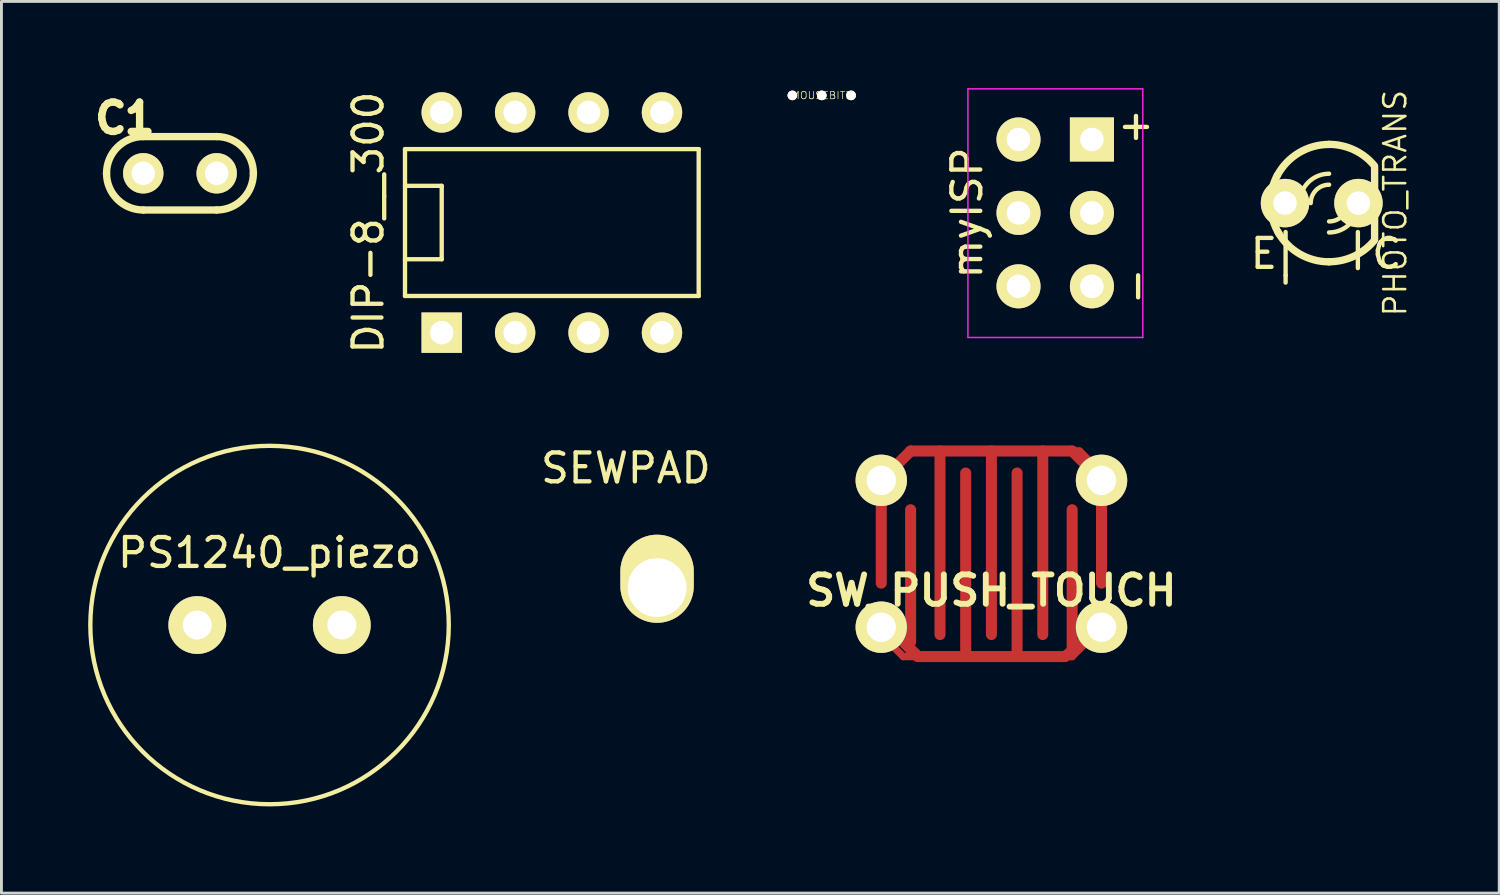
<source format=kicad_pcb>
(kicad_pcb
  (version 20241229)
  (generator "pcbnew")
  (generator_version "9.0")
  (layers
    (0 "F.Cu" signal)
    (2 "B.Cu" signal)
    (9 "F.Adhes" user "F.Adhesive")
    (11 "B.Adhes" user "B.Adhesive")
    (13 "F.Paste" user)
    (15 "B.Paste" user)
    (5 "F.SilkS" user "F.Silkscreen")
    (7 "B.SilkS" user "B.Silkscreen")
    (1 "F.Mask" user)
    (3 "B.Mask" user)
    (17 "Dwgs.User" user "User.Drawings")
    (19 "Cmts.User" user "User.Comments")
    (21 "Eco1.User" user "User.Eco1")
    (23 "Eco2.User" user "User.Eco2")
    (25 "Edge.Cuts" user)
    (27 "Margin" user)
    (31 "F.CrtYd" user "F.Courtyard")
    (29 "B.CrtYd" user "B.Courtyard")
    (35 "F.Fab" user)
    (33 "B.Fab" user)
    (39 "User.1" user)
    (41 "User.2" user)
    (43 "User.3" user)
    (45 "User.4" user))
  (footprint "MOUSEBITE"
    (layer "F.Cu")
    (at 25.378 0.25)
    (property "Reference" "MOUSEBITE" (at 0 0 0) (layer "F.SilkS") (effects (font (size 0.254 0.254) (thickness 0.025))))
    (attr through_hole)
    (pad "1" thru_hole circle (at -1.016 0) (size 0.33 0.33) (drill 0.33) (layers "*.Cu" "*.Mask" "F.SilkS"))
    (pad "1" thru_hole circle (at 0 0) (size 0.33 0.33) (drill 0.33) (layers "*.Cu" "*.Mask" "F.SilkS"))
    (pad "1" thru_hole circle (at 1.016 0) (size 0.33 0.33) (drill 0.33) (layers "*.Cu" "*.Mask" "F.SilkS")))
  (footprint "SW_PUSH_TOUCH"
    (layer "F.Cu")
    (at 31.247 16.108)
    (property "Reference" "SW_PUSH_TOUCH" (at 0 1.27 0) (layer "F.SilkS") (effects (font (size 1.016 1.016) (thickness 0.203))))
    (attr through_hole)
    (fp_line (start -3.81 -2.032) (end -3.81 1.016) (stroke (width 0.381) (type solid)) (layer "F.Cu"))
    (fp_line (start -3.556 2.54) (end -2.794 3.302) (stroke (width 0.381) (type solid)) (layer "F.Cu"))
    (fp_line (start -3.556 3.048) (end -3.048 3.556) (stroke (width 0.254) (type solid)) (layer "F.Cu"))
    (fp_line (start -3.302 -3.048) (end -2.794 -3.556) (stroke (width 0.254) (type solid)) (layer "F.Cu"))
    (fp_line (start -3.048 3.556) (end 2.794 3.556) (stroke (width 0.254) (type solid)) (layer "F.Cu"))
    (fp_line (start -2.794 -3.556) (end -3.81 -2.54) (stroke (width 0.381) (type solid)) (layer "F.Cu"))
    (fp_line (start -2.794 -3.556) (end 3.048 -3.556) (stroke (width 0.254) (type solid)) (layer "F.Cu"))
    (fp_line (start -2.794 3.048) (end -2.794 -1.524) (stroke (width 0.381) (type solid)) (layer "F.Cu"))
    (fp_line (start -2.794 3.302) (end -2.54 3.556) (stroke (width 0.381) (type solid)) (layer "F.Cu"))
    (fp_line (start -2.54 3.556) (end 2.54 3.556) (stroke (width 0.381) (type solid)) (layer "F.Cu"))
    (fp_line (start -1.778 -3.556) (end -1.778 2.794) (stroke (width 0.381) (type solid)) (layer "F.Cu"))
    (fp_line (start -0.889 3.429) (end -0.889 -2.794) (stroke (width 0.381) (type solid)) (layer "F.Cu"))
    (fp_line (start 0 -3.556) (end 0 2.794) (stroke (width 0.381) (type solid)) (layer "F.Cu"))
    (fp_line (start 0.889 3.429) (end 0.889 -2.794) (stroke (width 0.381) (type solid)) (layer "F.Cu"))
    (fp_line (start 1.778 -3.556) (end 1.778 2.794) (stroke (width 0.381) (type solid)) (layer "F.Cu"))
    (fp_line (start 2.54 3.556) (end 3.81 2.54) (stroke (width 0.381) (type solid)) (layer "F.Cu"))
    (fp_line (start 2.794 -3.556) (end -2.794 -3.556) (stroke (width 0.381) (type solid)) (layer "F.Cu"))
    (fp_line (start 2.794 3.302) (end 2.794 -1.524) (stroke (width 0.381) (type solid)) (layer "F.Cu"))
    (fp_line (start 2.794 3.556) (end 3.302 3.048) (stroke (width 0.254) (type solid)) (layer "F.Cu"))
    (fp_line (start 3.048 -3.556) (end 3.556 -3.048) (stroke (width 0.254) (type solid)) (layer "F.Cu"))
    (fp_line (start 3.81 -2.54) (end 2.794 -3.556) (stroke (width 0.381) (type solid)) (layer "F.Cu"))
    (fp_line (start 3.81 -1.778) (end 3.81 1.016) (stroke (width 0.381) (type solid)) (layer "F.Cu"))
    (pad "" smd circle (at 0 0) (size 7.62 7.62) (layers "F.Mask" "F.Paste"))
    (pad "1" thru_hole circle (at -3.81 -2.54) (size 1.778 1.778) (drill 1.016) (layers "*.Cu" "*.Mask" "F.SilkS"))
    (pad "1" thru_hole circle (at 3.81 -2.54) (size 1.778 1.778) (drill 1.016) (layers "*.Cu" "*.Mask" "F.SilkS"))
    (pad "2" thru_hole circle (at -3.81 2.54) (size 1.778 1.778) (drill 1.016) (layers "*.Cu" "*.Mask" "F.SilkS"))
    (pad "2" thru_hole circle (at 3.81 2.54) (size 1.778 1.778) (drill 1.016) (layers "*.Cu" "*.Mask" "F.SilkS")))
  (footprint "PS1240_piezo"
    (layer "F.Cu")
    (at 6.275 18.573)
    (property "Reference" "PS1240_piezo" (at 0 -2.5 0) (layer "F.SilkS") (effects (font (size 1 1) (thickness 0.15))))
    (attr through_hole)
    (fp_circle (center 0 0) (end 6.2 0) (stroke (width 0.15) (type solid)) (fill no) (layer "F.SilkS"))
    (pad "1" thru_hole circle (at -2.5 0) (size 2 2) (drill 1.001) (layers "*.Cu" "*.Mask" "F.SilkS"))
    (pad "2" thru_hole circle (at 2.5 0) (size 2 2) (drill 1.001) (layers "*.Cu" "*.Mask" "F.SilkS")))
  (footprint "C1"
    (layer "F.Cu")
    (at 3.176 2.945)
    (property "Reference" "C1" (at -1.905 -1.905 0) (layer "F.SilkS") (effects (font (size 1.016 1.016) (thickness 0.254))))
    (attr through_hole)
    (fp_line (start -1.27 -1.27) (end 1.27 -1.27) (stroke (width 0.254) (type solid)) (layer "F.SilkS"))
    (fp_line (start -1.27 1.27) (end 1.27 1.27) (stroke (width 0.254) (type solid)) (layer "F.SilkS"))
    (fp_arc (start -2.54 0) (mid -2.168026 -0.898026) (end -1.27 -1.27) (stroke (width 0.254) (type solid)) (layer "F.SilkS"))
    (fp_arc (start -1.27 1.27) (mid -2.168026 0.898026) (end -2.54 0) (stroke (width 0.254) (type solid)) (layer "F.SilkS"))
    (fp_arc (start 1.27 -1.27) (mid 2.168026 -0.898026) (end 2.54 0) (stroke (width 0.254) (type solid)) (layer "F.SilkS"))
    (fp_arc (start 2.54 0) (mid 2.168026 0.898026) (end 1.27 1.27) (stroke (width 0.254) (type solid)) (layer "F.SilkS"))
    (pad "1" thru_hole circle (at -1.27 0) (size 1.397 1.397) (drill 0.813) (layers "*.Cu" "*.Mask" "F.SilkS"))
    (pad "2" thru_hole circle (at 1.27 0) (size 1.397 1.397) (drill 0.813) (layers "*.Cu" "*.Mask" "F.SilkS")))
  (footprint "myISP"
    (layer "F.Cu")
    (at 32.185 1.775)
    (property "Reference" "myISP" (at -1.778 2.54 90) (layer "F.SilkS") (effects (font (size 1 1) (thickness 0.15))))
    (attr through_hole)
    (fp_line (start -1.75 -1.75) (end -1.75 6.85) (stroke (width 0.05) (type solid)) (layer "F.CrtYd"))
    (fp_line (start -1.75 -1.75) (end 4.3 -1.75) (stroke (width 0.05) (type solid)) (layer "F.CrtYd"))
    (fp_line (start -1.75 6.85) (end 4.3 6.85) (stroke (width 0.05) (type solid)) (layer "F.CrtYd"))
    (fp_line (start 4.3 -1.75) (end 4.3 6.85) (stroke (width 0.05) (type solid)) (layer "F.CrtYd"))
    (fp_text user "-" (at 4.064 5.08 90) (layer "F.SilkS") (effects (font (size 1 1) (thickness 0.15))))
    (fp_text user "+" (at 4.064 -0.508 0) (layer "F.SilkS") (effects (font (size 1 1) (thickness 0.15))))
    (pad "1" thru_hole circle (at 0 0) (size 1.524 1.524) (drill 0.813) (layers "*.Cu" "*.Mask" "F.SilkS"))
    (pad "2" thru_hole rect (at 2.54 0) (size 1.524 1.524) (drill 0.813) (layers "*.Cu" "*.Mask" "F.SilkS"))
    (pad "3" thru_hole circle (at 0 2.54) (size 1.524 1.524) (drill 0.813) (layers "*.Cu" "*.Mask" "F.SilkS"))
    (pad "4" thru_hole circle (at 2.54 2.54) (size 1.524 1.524) (drill 0.813) (layers "*.Cu" "*.Mask" "F.SilkS"))
    (pad "5" thru_hole circle (at 0 5.08) (size 1.524 1.524) (drill 0.813) (layers "*.Cu" "*.Mask" "F.SilkS"))
    (pad "6" thru_hole oval (at 2.54 5.08) (size 1.524 1.524) (drill 0.813) (layers "*.Cu" "*.Mask" "F.SilkS")))
  (footprint "DIP-8__300"
    (layer "F.Cu")
    (at 16.041 4.649)
    (property "Reference" "DIP-8__300" (at -6.35 0 90) (layer "F.SilkS") (effects (font (size 1 1) (thickness 0.15))))
    (attr through_hole)
    (fp_line (start -5.08 -2.54) (end 5.08 -2.54) (stroke (width 0.15) (type solid)) (layer "F.SilkS"))
    (fp_line (start -5.08 -1.27) (end -3.81 -1.27) (stroke (width 0.15) (type solid)) (layer "F.SilkS"))
    (fp_line (start -5.08 2.54) (end -5.08 -2.54) (stroke (width 0.15) (type solid)) (layer "F.SilkS"))
    (fp_line (start -3.81 -1.27) (end -3.81 1.27) (stroke (width 0.15) (type solid)) (layer "F.SilkS"))
    (fp_line (start -3.81 1.27) (end -5.08 1.27) (stroke (width 0.15) (type solid)) (layer "F.SilkS"))
    (fp_line (start 5.08 -2.54) (end 5.08 2.54) (stroke (width 0.15) (type solid)) (layer "F.SilkS"))
    (fp_line (start 5.08 2.54) (end -5.08 2.54) (stroke (width 0.15) (type solid)) (layer "F.SilkS"))
    (pad "1" thru_hole rect (at -3.81 3.81) (size 1.397 1.397) (drill 0.813) (layers "*.Cu" "*.Mask" "F.SilkS"))
    (pad "2" thru_hole circle (at -1.27 3.81) (size 1.397 1.397) (drill 0.813) (layers "*.Cu" "*.Mask" "F.SilkS"))
    (pad "3" thru_hole circle (at 1.27 3.81) (size 1.397 1.397) (drill 0.813) (layers "*.Cu" "*.Mask" "F.SilkS"))
    (pad "4" thru_hole circle (at 3.81 3.81) (size 1.397 1.397) (drill 0.813) (layers "*.Cu" "*.Mask" "F.SilkS"))
    (pad "5" thru_hole circle (at 3.81 -3.81) (size 1.397 1.397) (drill 0.813) (layers "*.Cu" "*.Mask" "F.SilkS"))
    (pad "6" thru_hole circle (at 1.27 -3.81) (size 1.397 1.397) (drill 0.813) (layers "*.Cu" "*.Mask" "F.SilkS"))
    (pad "7" thru_hole circle (at -1.27 -3.81) (size 1.397 1.397) (drill 0.813) (layers "*.Cu" "*.Mask" "F.SilkS"))
    (pad "8" thru_hole circle (at -3.81 -3.81) (size 1.397 1.397) (drill 0.813) (layers "*.Cu" "*.Mask" "F.SilkS")))
  (footprint "SEWPAD"
    (layer "F.Cu")
    (at 19.681 17.277)
    (property "Reference" "SEWPAD" (at -1.078 -4.131 0) (layer "F.SilkS") (effects (font (size 1 1) (thickness 0.15))))
    (attr through_hole)
    (pad "1" thru_hole oval (at 0 0) (size 2.54 3.048) (drill 2.032 (offset 0 -0.305)) (layers "*.Cu" "*.Mask" "F.SilkS")))
  (footprint "PHOTO_TRANS"
    (layer "F.Cu")
    (at 42.675 3.976)
    (property "Reference" "PHOTO_TRANS" (at 2.54 0 90) (layer "F.SilkS") (effects (font (size 0.762 0.762) (thickness 0.089))))
    (attr through_hole)
    (fp_line (start -1.25 1) (end -1.25 2.5) (stroke (width 0.15) (type solid)) (layer "F.SilkS"))
    (fp_line (start -1.25 2.5) (end -1.25 2.75) (stroke (width 0.15) (type solid)) (layer "F.SilkS"))
    (fp_line (start 1.25 1) (end 1.25 2.25) (stroke (width 0.15) (type solid)) (layer "F.SilkS"))
    (fp_line (start 1.829 1.27) (end 1.829 -1.27) (stroke (width 0.254) (type solid)) (layer "F.SilkS"))
    (fp_arc (start -1.778 0) (mid -1.716347 -0.496745) (end -1.53513 -0.963347) (stroke (width 0.254) (type solid)) (layer "F.SilkS"))
    (fp_arc (start -1.5367 -0.95504) (mid -0.790567 -1.739997) (end 0.253025 -2.02946) (stroke (width 0.254) (type solid)) (layer "F.SilkS"))
    (fp_arc (start -1.47574 1.06426) (mid -1.700164 0.553076) (end -1.776923 0.0001) (stroke (width 0.254) (type solid)) (layer "F.SilkS"))
    (fp_arc (start -0.762 0) (mid -0.46442 -0.71842) (end 0.254 -1.016) (stroke (width 0.1524) (type solid)) (layer "F.SilkS"))
    (fp_arc (start -0.381 0) (mid -0.195013 -0.449013) (end 0.254 -0.635) (stroke (width 0.1524) (type solid)) (layer "F.SilkS"))
    (fp_arc (start 0.254 -2.032) (mid 1.114367 -1.840867) (end 1.81288 -1.303426) (stroke (width 0.254) (type solid)) (layer "F.SilkS"))
    (fp_arc (start 0.254 2.032) (mid -0.76507 1.757988) (end -1.509299 1.009851) (stroke (width 0.254) (type solid)) (layer "F.SilkS"))
    (fp_arc (start 0.889 0) (mid 0.703013 0.449013) (end 0.254 0.635) (stroke (width 0.1524) (type solid)) (layer "F.SilkS"))
    (fp_arc (start 1.27 0) (mid 0.97242 0.71842) (end 0.254 1.016) (stroke (width 0.1524) (type solid)) (layer "F.SilkS"))
    (fp_arc (start 1.8034 1.31064) (mid 1.109154 1.840416) (end 0.256552 2.029387) (stroke (width 0.254) (type solid)) (layer "F.SilkS"))
    (fp_text user "C" (at 2.25 1.75 0) (layer "F.SilkS") (effects (font (size 1 1) (thickness 0.15))))
    (fp_text user "E" (at -2 1.75 0) (layer "F.SilkS") (effects (font (size 1 1) (thickness 0.15))))
    (pad "1" thru_hole circle (at -1.27 0) (size 1.676 1.676) (drill 0.813) (layers "*.Cu" "*.Mask" "F.SilkS"))
    (pad "3" thru_hole circle (at 1.27 0 45) (size 1.676 1.676) (drill 0.813) (layers "*.Cu" "*.Mask" "F.SilkS")))
  (gr_rect
    (start -3 -3)
    (end 48.816 27.848)
    (stroke (width 0.1) (type default))
    (fill no)
    (layer "Edge.Cuts")))
</source>
